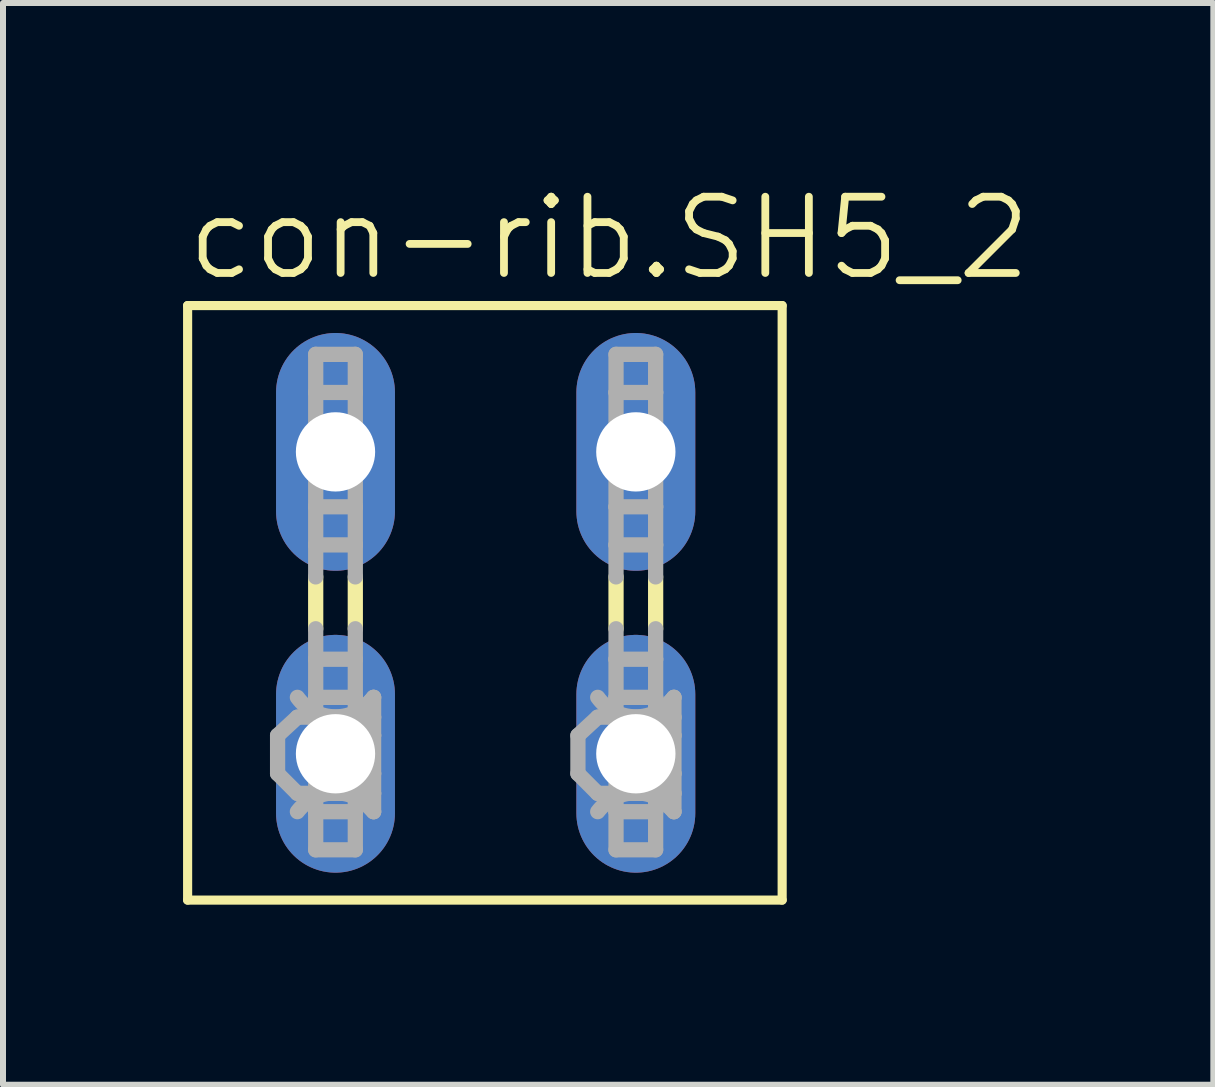
<source format=kicad_pcb>
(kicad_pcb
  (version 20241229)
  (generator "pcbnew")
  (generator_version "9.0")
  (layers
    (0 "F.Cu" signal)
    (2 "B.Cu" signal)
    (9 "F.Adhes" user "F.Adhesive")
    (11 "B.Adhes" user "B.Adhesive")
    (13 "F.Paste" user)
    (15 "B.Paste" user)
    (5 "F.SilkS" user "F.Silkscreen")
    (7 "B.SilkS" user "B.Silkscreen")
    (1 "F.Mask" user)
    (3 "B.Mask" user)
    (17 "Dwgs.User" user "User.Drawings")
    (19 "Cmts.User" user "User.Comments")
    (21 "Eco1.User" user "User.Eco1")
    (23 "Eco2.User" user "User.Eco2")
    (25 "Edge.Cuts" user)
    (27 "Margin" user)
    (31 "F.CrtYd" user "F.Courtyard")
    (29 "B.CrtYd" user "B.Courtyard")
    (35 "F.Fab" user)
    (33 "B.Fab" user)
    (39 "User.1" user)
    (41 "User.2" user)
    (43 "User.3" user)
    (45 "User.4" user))
  (footprint "con-rib.SH5_2"
    (layer "F.Cu")
    (at 2.54 6.994)
    (property "Reference" "con-rib.SH5_2" (at -2.54 -5.334 0) (layer "F.SilkS") (effects (font (size 1.27 1.27) (thickness 0.13)) (justify left bottom)))
    (attr through_hole)
    (fp_line (start -2.464 -4.953) (end -2.464 4.953) (stroke (width 0.152) (type default)) (layer "F.SilkS"))
    (fp_line (start -2.464 -4.953) (end 7.442 -4.953) (stroke (width 0.152) (type default)) (layer "F.SilkS"))
    (fp_line (start -0.33 0.432) (end -0.33 -0.432) (stroke (width 0.254) (type default)) (layer "F.SilkS"))
    (fp_line (start 0.33 0.432) (end 0.33 -0.432) (stroke (width 0.254) (type default)) (layer "F.SilkS"))
    (fp_line (start 4.674 0.432) (end 4.674 -0.432) (stroke (width 0.254) (type default)) (layer "F.SilkS"))
    (fp_line (start 5.334 0.432) (end 5.334 -0.432) (stroke (width 0.254) (type default)) (layer "F.SilkS"))
    (fp_line (start 7.442 4.953) (end -2.464 4.953) (stroke (width 0.152) (type default)) (layer "F.SilkS"))
    (fp_line (start 7.442 4.953) (end 7.442 -4.953) (stroke (width 0.152) (type default)) (layer "F.SilkS"))
    (fp_line (start -0.965 2.21) (end -0.635 1.905) (stroke (width 0.254) (type default)) (layer "F.Fab"))
    (fp_line (start -0.965 2.845) (end -0.965 2.21) (stroke (width 0.254) (type default)) (layer "F.Fab"))
    (fp_line (start -0.965 2.845) (end -0.635 3.175) (stroke (width 0.254) (type default)) (layer "F.Fab"))
    (fp_line (start -0.33 -4.14) (end 0.33 -4.14) (stroke (width 0.254) (type default)) (layer "F.Fab"))
    (fp_line (start -0.33 -3.505) (end -0.33 -4.14) (stroke (width 0.254) (type default)) (layer "F.Fab"))
    (fp_line (start -0.33 -3.505) (end -0.33 -1.6) (stroke (width 0.254) (type default)) (layer "F.Fab"))
    (fp_line (start -0.33 -1.6) (end -0.33 -0.965) (stroke (width 0.254) (type default)) (layer "F.Fab"))
    (fp_line (start -0.33 -1.6) (end 0.33 -1.6) (stroke (width 0.254) (type default)) (layer "F.Fab"))
    (fp_line (start -0.33 -0.965) (end 0.33 -0.965) (stroke (width 0.254) (type default)) (layer "F.Fab"))
    (fp_line (start -0.33 -0.432) (end -0.33 -0.965) (stroke (width 0.254) (type default)) (layer "F.Fab"))
    (fp_line (start -0.33 0.94) (end -0.33 0.432) (stroke (width 0.254) (type default)) (layer "F.Fab"))
    (fp_line (start -0.33 0.94) (end 0.33 0.94) (stroke (width 0.254) (type default)) (layer "F.Fab"))
    (fp_line (start -0.33 1.575) (end -0.33 0.94) (stroke (width 0.254) (type default)) (layer "F.Fab"))
    (fp_line (start -0.33 1.575) (end -0.33 3.48) (stroke (width 0.254) (type default)) (layer "F.Fab"))
    (fp_line (start -0.33 3.48) (end -0.33 4.115) (stroke (width 0.254) (type default)) (layer "F.Fab"))
    (fp_line (start -0.33 3.48) (end 0.33 3.48) (stroke (width 0.254) (type default)) (layer "F.Fab"))
    (fp_line (start -0.33 4.115) (end 0.33 4.115) (stroke (width 0.254) (type default)) (layer "F.Fab"))
    (fp_line (start 0.33 -4.14) (end 0.33 -3.505) (stroke (width 0.254) (type default)) (layer "F.Fab"))
    (fp_line (start 0.33 -3.505) (end -0.33 -3.505) (stroke (width 0.254) (type default)) (layer "F.Fab"))
    (fp_line (start 0.33 -1.6) (end 0.33 -3.505) (stroke (width 0.254) (type default)) (layer "F.Fab"))
    (fp_line (start 0.33 -0.965) (end 0.33 -1.6) (stroke (width 0.254) (type default)) (layer "F.Fab"))
    (fp_line (start 0.33 -0.432) (end 0.33 -0.965) (stroke (width 0.254) (type default)) (layer "F.Fab"))
    (fp_line (start 0.33 0.94) (end 0.33 0.432) (stroke (width 0.254) (type default)) (layer "F.Fab"))
    (fp_line (start 0.33 0.94) (end 0.33 1.575) (stroke (width 0.254) (type default)) (layer "F.Fab"))
    (fp_line (start 0.33 1.575) (end -0.33 1.575) (stroke (width 0.254) (type default)) (layer "F.Fab"))
    (fp_line (start 0.33 1.905) (end -0.635 1.905) (stroke (width 0.254) (type default)) (layer "F.Fab"))
    (fp_line (start 0.33 1.905) (end 0.33 1.575) (stroke (width 0.254) (type default)) (layer "F.Fab"))
    (fp_line (start 0.33 1.905) (end 0.635 1.575) (stroke (width 0.254) (type default)) (layer "F.Fab"))
    (fp_line (start 0.33 1.905) (end 0.635 2.21) (stroke (width 0.254) (type default)) (layer "F.Fab"))
    (fp_line (start 0.33 3.175) (end -0.635 3.175) (stroke (width 0.254) (type default)) (layer "F.Fab"))
    (fp_line (start 0.33 3.175) (end 0.33 1.905) (stroke (width 0.254) (type default)) (layer "F.Fab"))
    (fp_line (start 0.33 3.175) (end 0.635 2.845) (stroke (width 0.254) (type default)) (layer "F.Fab"))
    (fp_line (start 0.33 3.175) (end 0.635 3.48) (stroke (width 0.254) (type default)) (layer "F.Fab"))
    (fp_line (start 0.33 3.48) (end 0.33 3.175) (stroke (width 0.254) (type default)) (layer "F.Fab"))
    (fp_line (start 0.33 4.115) (end 0.33 3.48) (stroke (width 0.254) (type default)) (layer "F.Fab"))
    (fp_line (start 0.635 1.905) (end 0.33 1.905) (stroke (width 0.254) (type default)) (layer "F.Fab"))
    (fp_line (start 0.635 1.905) (end 0.635 1.575) (stroke (width 0.254) (type default)) (layer "F.Fab"))
    (fp_line (start 0.635 2.21) (end 0.635 1.905) (stroke (width 0.254) (type default)) (layer "F.Fab"))
    (fp_line (start 0.635 2.845) (end 0.635 2.21) (stroke (width 0.254) (type default)) (layer "F.Fab"))
    (fp_line (start 0.635 3.175) (end 0.33 3.175) (stroke (width 0.254) (type default)) (layer "F.Fab"))
    (fp_line (start 0.635 3.175) (end 0.635 2.845) (stroke (width 0.254) (type default)) (layer "F.Fab"))
    (fp_line (start 0.635 3.48) (end 0.635 3.175) (stroke (width 0.254) (type default)) (layer "F.Fab"))
    (fp_line (start 4.039 2.21) (end 4.369 1.905) (stroke (width 0.254) (type default)) (layer "F.Fab"))
    (fp_line (start 4.039 2.845) (end 4.039 2.21) (stroke (width 0.254) (type default)) (layer "F.Fab"))
    (fp_line (start 4.039 2.845) (end 4.369 3.175) (stroke (width 0.254) (type default)) (layer "F.Fab"))
    (fp_line (start 4.674 -4.14) (end 5.334 -4.14) (stroke (width 0.254) (type default)) (layer "F.Fab"))
    (fp_line (start 4.674 -3.505) (end 4.674 -4.14) (stroke (width 0.254) (type default)) (layer "F.Fab"))
    (fp_line (start 4.674 -3.505) (end 4.674 -1.6) (stroke (width 0.254) (type default)) (layer "F.Fab"))
    (fp_line (start 4.674 -1.6) (end 4.674 -0.965) (stroke (width 0.254) (type default)) (layer "F.Fab"))
    (fp_line (start 4.674 -1.6) (end 5.334 -1.6) (stroke (width 0.254) (type default)) (layer "F.Fab"))
    (fp_line (start 4.674 -0.965) (end 5.334 -0.965) (stroke (width 0.254) (type default)) (layer "F.Fab"))
    (fp_line (start 4.674 -0.432) (end 4.674 -0.965) (stroke (width 0.254) (type default)) (layer "F.Fab"))
    (fp_line (start 4.674 0.94) (end 4.674 0.432) (stroke (width 0.254) (type default)) (layer "F.Fab"))
    (fp_line (start 4.674 0.94) (end 5.334 0.94) (stroke (width 0.254) (type default)) (layer "F.Fab"))
    (fp_line (start 4.674 1.575) (end 4.674 0.94) (stroke (width 0.254) (type default)) (layer "F.Fab"))
    (fp_line (start 4.674 1.575) (end 4.674 3.48) (stroke (width 0.254) (type default)) (layer "F.Fab"))
    (fp_line (start 4.674 3.48) (end 4.674 4.115) (stroke (width 0.254) (type default)) (layer "F.Fab"))
    (fp_line (start 4.674 3.48) (end 5.334 3.48) (stroke (width 0.254) (type default)) (layer "F.Fab"))
    (fp_line (start 4.674 4.115) (end 5.334 4.115) (stroke (width 0.254) (type default)) (layer "F.Fab"))
    (fp_line (start 5.334 -4.14) (end 5.334 -3.505) (stroke (width 0.254) (type default)) (layer "F.Fab"))
    (fp_line (start 5.334 -3.505) (end 4.674 -3.505) (stroke (width 0.254) (type default)) (layer "F.Fab"))
    (fp_line (start 5.334 -1.6) (end 5.334 -3.505) (stroke (width 0.254) (type default)) (layer "F.Fab"))
    (fp_line (start 5.334 -0.965) (end 5.334 -1.6) (stroke (width 0.254) (type default)) (layer "F.Fab"))
    (fp_line (start 5.334 -0.432) (end 5.334 -0.965) (stroke (width 0.254) (type default)) (layer "F.Fab"))
    (fp_line (start 5.334 0.94) (end 5.334 0.432) (stroke (width 0.254) (type default)) (layer "F.Fab"))
    (fp_line (start 5.334 0.94) (end 5.334 1.575) (stroke (width 0.254) (type default)) (layer "F.Fab"))
    (fp_line (start 5.334 1.575) (end 4.674 1.575) (stroke (width 0.254) (type default)) (layer "F.Fab"))
    (fp_line (start 5.334 1.905) (end 4.369 1.905) (stroke (width 0.254) (type default)) (layer "F.Fab"))
    (fp_line (start 5.334 1.905) (end 5.334 1.575) (stroke (width 0.254) (type default)) (layer "F.Fab"))
    (fp_line (start 5.334 1.905) (end 5.639 1.575) (stroke (width 0.254) (type default)) (layer "F.Fab"))
    (fp_line (start 5.334 1.905) (end 5.639 2.21) (stroke (width 0.254) (type default)) (layer "F.Fab"))
    (fp_line (start 5.334 3.175) (end 4.369 3.175) (stroke (width 0.254) (type default)) (layer "F.Fab"))
    (fp_line (start 5.334 3.175) (end 5.334 1.905) (stroke (width 0.254) (type default)) (layer "F.Fab"))
    (fp_line (start 5.334 3.175) (end 5.639 2.845) (stroke (width 0.254) (type default)) (layer "F.Fab"))
    (fp_line (start 5.334 3.175) (end 5.639 3.48) (stroke (width 0.254) (type default)) (layer "F.Fab"))
    (fp_line (start 5.334 3.48) (end 5.334 3.175) (stroke (width 0.254) (type default)) (layer "F.Fab"))
    (fp_line (start 5.334 4.115) (end 5.334 3.48) (stroke (width 0.254) (type default)) (layer "F.Fab"))
    (fp_line (start 5.639 1.905) (end 5.334 1.905) (stroke (width 0.254) (type default)) (layer "F.Fab"))
    (fp_line (start 5.639 1.905) (end 5.639 1.575) (stroke (width 0.254) (type default)) (layer "F.Fab"))
    (fp_line (start 5.639 2.21) (end 5.639 1.905) (stroke (width 0.254) (type default)) (layer "F.Fab"))
    (fp_line (start 5.639 2.845) (end 5.639 2.21) (stroke (width 0.254) (type default)) (layer "F.Fab"))
    (fp_line (start 5.639 3.175) (end 5.334 3.175) (stroke (width 0.254) (type default)) (layer "F.Fab"))
    (fp_line (start 5.639 3.175) (end 5.639 2.845) (stroke (width 0.254) (type default)) (layer "F.Fab"))
    (fp_line (start 5.639 3.48) (end 5.639 3.175) (stroke (width 0.254) (type default)) (layer "F.Fab"))
    (fp_arc (start -0.635 3.4798) (mid 0 3.164824) (end 0.635 3.4798) (stroke (width 0.254) (type default)) (layer "F.Fab"))
    (fp_arc (start 0.635 1.5748) (mid 0 1.900068) (end -0.635 1.5748) (stroke (width 0.254) (type default)) (layer "F.Fab"))
    (fp_arc (start 4.3688 3.4798) (mid 5.0038 3.164824) (end 5.6388 3.4798) (stroke (width 0.254) (type default)) (layer "F.Fab"))
    (fp_arc (start 5.6388 1.5748) (mid 5.0038 1.900068) (end 4.3688 1.5748) (stroke (width 0.254) (type default)) (layer "F.Fab"))
    (pad "1" thru_hole oval (at 0 2.515 90) (size 3.962 1.981) (drill 1.321) (layers "*.Cu" "*.Mask"))
    (pad "2" thru_hole oval (at 0 -2.515 90) (size 3.962 1.981) (drill 1.321) (layers "*.Cu" "*.Mask"))
    (pad "3" thru_hole oval (at 5.004 2.515 90) (size 3.962 1.981) (drill 1.321) (layers "*.Cu" "*.Mask"))
    (pad "4" thru_hole oval (at 5.004 -2.515 90) (size 3.962 1.981) (drill 1.321) (layers "*.Cu" "*.Mask")))
  (gr_rect
    (start -3 -3)
    (end 17.166 15.023)
    (stroke (width 0.1) (type default))
    (fill no)
    (layer "Edge.Cuts")))
</source>
